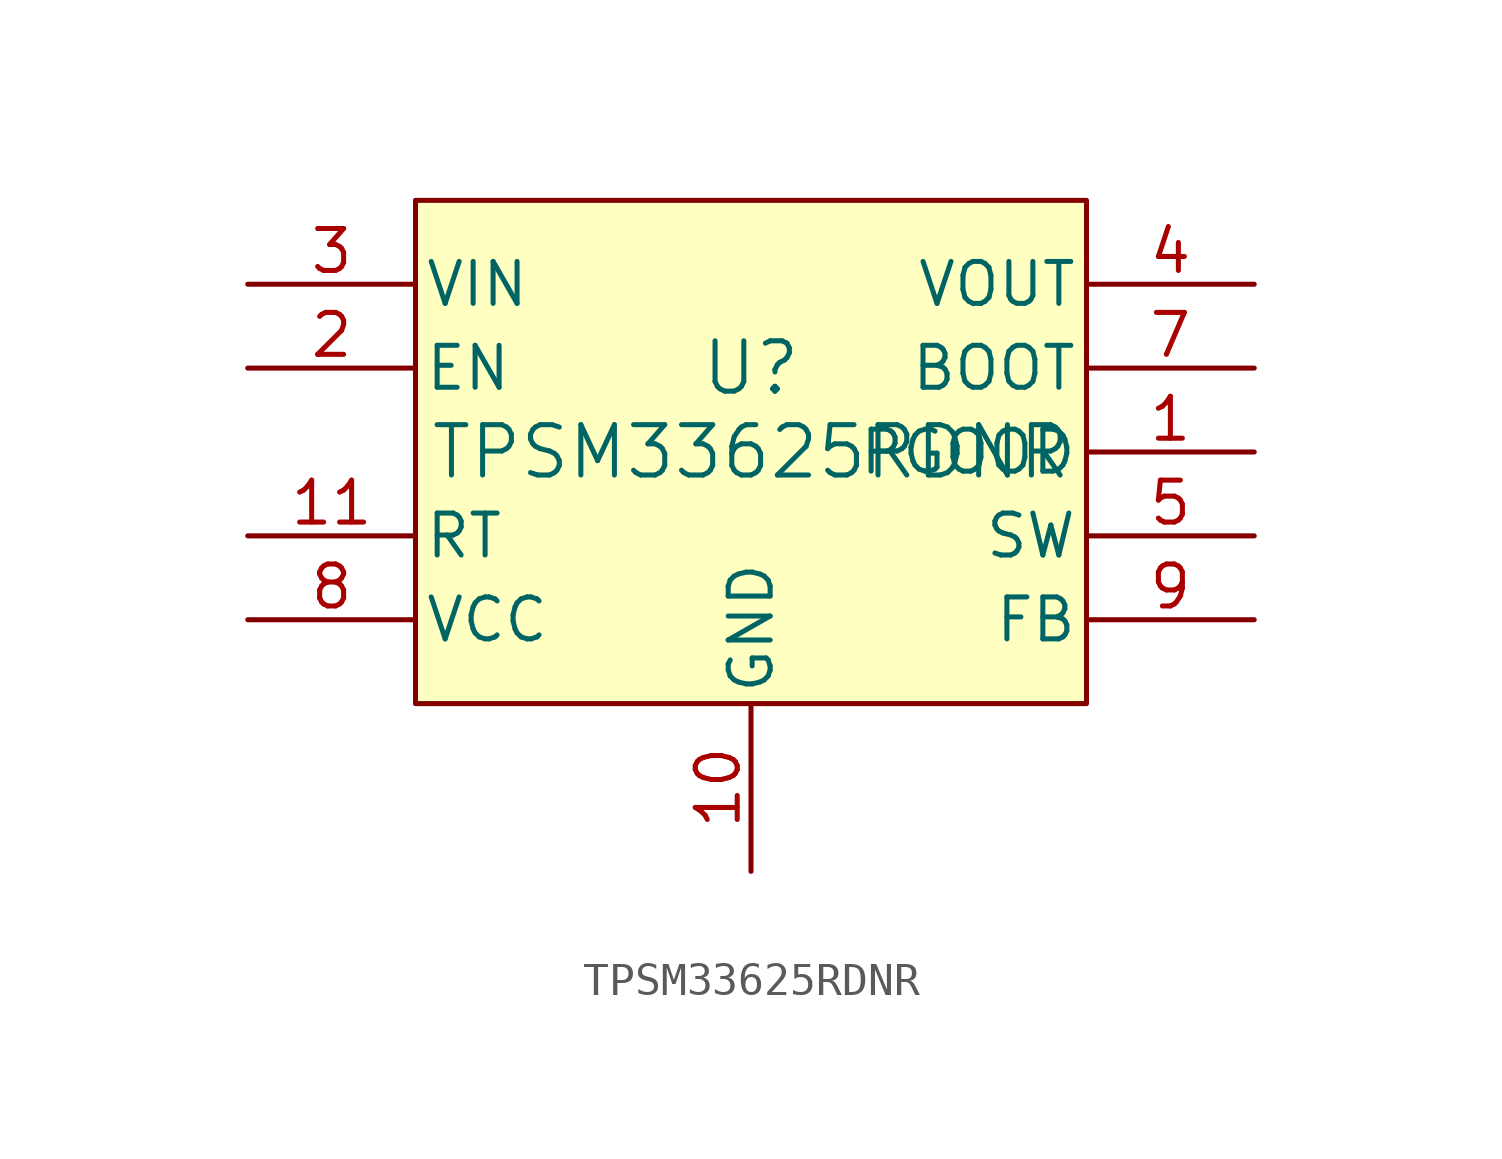
<source format=kicad_sym>
(kicad_symbol_lib
  (version 20231120)
  (generator "kicad_symbol_editor")
  (generator_version "8.0")
  (symbol "TPSM33625RDNR"
    (pin_names
      (offset 0.254))
    (property "Reference" "U"
      (at 0 2.54 0)
      (effects (font (size 1.524 1.524))))
    (property "Value" "TPSM33625RDNR"
      (at 0 0 0)
      (effects (font (size 1.524 1.524))))
    (symbol "TPSM33625RDNR_0_1"
      (pin open_collector line (at 15.24 0 180) (length 5.08) (name "PGOOD" (effects (font (size 1.27 1.27)))) (number "1" (effects (font (size 1.27 1.27)))))
      (pin power_in line (at 0 -12.7 90) (length 5.08) (name "GND" (effects (font (size 1.27 1.27)))) (number "10" (effects (font (size 1.27 1.27)))))
      (pin input line (at -15.24 2.54 0) (length 5.08) (name "EN" (effects (font (size 1.27 1.27)))) (number "2" (effects (font (size 1.27 1.27)))))
      (pin power_in line (at -15.24 5.08 0) (length 5.08) (name "VIN" (effects (font (size 1.27 1.27)))) (number "3" (effects (font (size 1.27 1.27)))))
      (pin unspecified line (at 15.24 5.08 180) (length 5.08) (name "VOUT" (effects (font (size 1.27 1.27)))) (number "4" (effects (font (size 1.27 1.27)))))
      (pin unspecified line (at 15.24 -2.54 180) (length 5.08) (name "SW" (effects (font (size 1.27 1.27)))) (number "5" (effects (font (size 1.27 1.27)))))
      (pin unspecified line (at 15.24 2.54 180) (length 5.08) (name "BOOT" (effects (font (size 1.27 1.27)))) (number "7" (effects (font (size 1.27 1.27)))))
      (pin power_in line (at -15.24 -5.08 0) (length 5.08) (name "VCC" (effects (font (size 1.27 1.27)))) (number "8" (effects (font (size 1.27 1.27)))))
      (pin unspecified line (at 15.24 -5.08 180) (length 5.08) (name "FB" (effects (font (size 1.27 1.27)))) (number "9" (effects (font (size 1.27 1.27))))))
    (symbol "TPSM33625RDNR_1_1"
      (rectangle (start -10.16 7.62) (end 10.16 -7.62) (stroke (width 0) (type default)) (fill (type background)))
      (pin input line (at -15.24 -2.54 0) (length 5.08) (name "RT" (effects (font (size 1.27 1.27)))) (number "11" (effects (font (size 1.27 1.27)))))
      (pin unspecified line (at 15.24 -2.54 180) (length 5.08) hide (name "SW" (effects (font (size 1.27 1.27)))) (number "6" (effects (font (size 1.27 1.27))))))))
</source>
